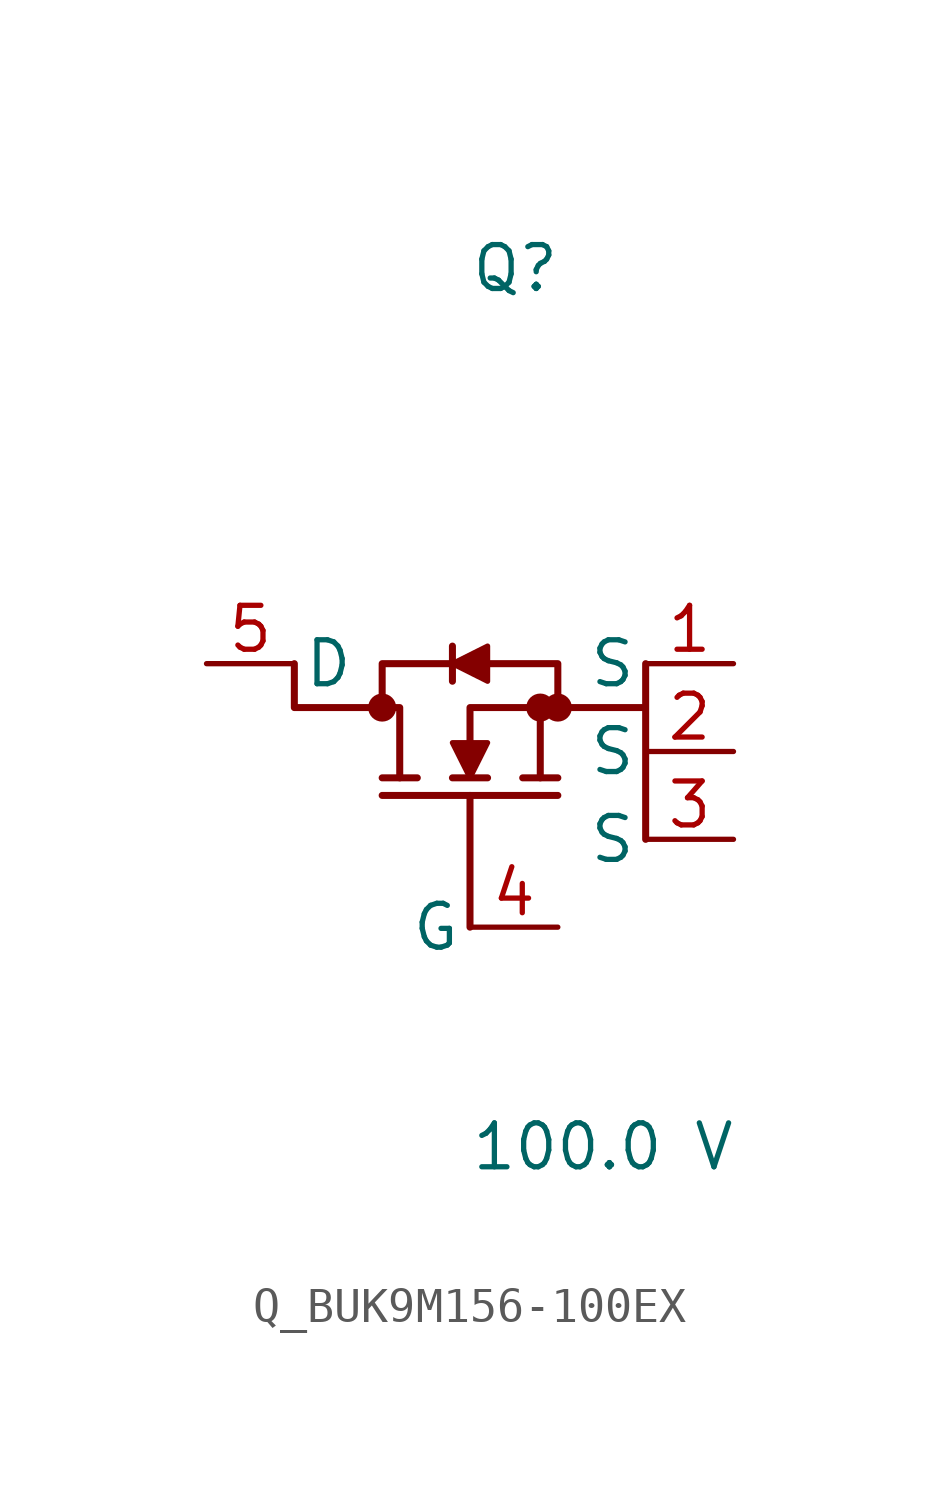
<source format=kicad_sym>
(kicad_symbol_lib
  (version 20231120)
  (generator kicad_symbol_editor)
  (generator_version 8.0)
  (symbol "Q_BUK9M156-100EX"
    (pin_names
      (offset 0.254))
    (property "Reference" "Q"
      (at 0.0 12.7 0)
      (effects (font (size 1.27 1.27)) (justify left)))
    (property "Value" "100.0 V"
      (at 0.0 -12.7 0)
      (effects (font (size 1.27 1.27)) (justify left)))
    (symbol "Q_BUK9M156-100EX_1_0"
      (polyline (pts (xy -0.508 1.778) (xy -0.508 0.762)) (stroke (width 0.203) (type default)) (fill (type none)))
      (polyline (pts (xy 0 -6.35) (xy 0 -2.54)) (stroke (width 0.203) (type default)) (fill (type none)))
      (polyline (pts (xy 2.54 -2.54) (xy -2.54 -2.54)) (stroke (width 0.203) (type default)) (fill (type none)))
      (polyline (pts (xy 2.54 -2.032) (xy 1.524 -2.032)) (stroke (width 0.203) (type default)) (fill (type none)))
      (circle (center -2.54 0) (radius 0.025) (stroke (width 0.381) (type default)) (fill (type none)))
      (polyline (pts (xy -1.524 -2.032) (xy -2.54 -2.032)) (stroke (width 0.203) (type default)) (fill (type none)))
      (polyline (pts (xy 0.508 -2.032) (xy -0.508 -2.032)) (stroke (width 0.203) (type default)) (fill (type none)))
      (polyline (pts (xy -2.032 -2.032) (xy -2.032 0) (xy -2.54 0)) (stroke (width 0.203) (type default)) (fill (type none)))
      (polyline (pts (xy -0.508 1.27) (xy 0.508 0.762) (xy 0.508 1.778) (xy -0.508 1.27)) (stroke (width 0) (type default)) (fill (type outline)))
      (polyline (pts (xy 0 -2.032) (xy 0.508 -1.016) (xy -0.508 -1.016) (xy 0 -2.032)) (stroke (width 0) (type default)) (fill (type outline)))
      (polyline (pts (xy -5.08 1.27) (xy -5.08 0) (xy -2.54 0) (xy -2.54 1.27) (xy -0.508 1.27)) (stroke (width 0.203) (type default)) (fill (type none)))
      (polyline (pts (xy 0 -1.016) (xy 0 0) (xy 2.54 0) (xy 2.032 0) (xy 2.032 -2.032)) (stroke (width 0.203) (type default)) (fill (type none)))
      (polyline (pts (xy 0.508 1.27) (xy 2.54 1.27) (xy 2.54 0) (xy 5.08 0) (xy 5.08 1.27) (xy 5.08 -3.81)) (stroke (width 0.203) (type default)) (fill (type none)))
      (circle (center 2.032 0) (radius 0.025) (stroke (width 0.381) (type default)) (fill (type none)))
      (circle (center 2.54 0) (radius 0.025) (stroke (width 0.381) (type default)) (fill (type none)))
      (pin unspecified line (at -7.62 1.27 0) (length 2.54) (name "D" (effects (font (size 1.27 1.27)))) (number "5" (effects (font (size 1.27 1.27)))))
      (pin unspecified line (at 7.62 1.27 180) (length 2.54) (name "S" (effects (font (size 1.27 1.27)))) (number "1" (effects (font (size 1.27 1.27)))))
      (pin unspecified line (at 7.62 -1.27 180) (length 2.54) (name "S" (effects (font (size 1.27 1.27)))) (number "2" (effects (font (size 1.27 1.27)))))
      (pin unspecified line (at 7.62 -3.81 180) (length 2.54) (name "S" (effects (font (size 1.27 1.27)))) (number "3" (effects (font (size 1.27 1.27)))))
      (pin unspecified line (at 2.54 -6.35 180) (length 2.54) (name "G" (effects (font (size 1.27 1.27)))) (number "4" (effects (font (size 1.27 1.27))))))))
</source>
